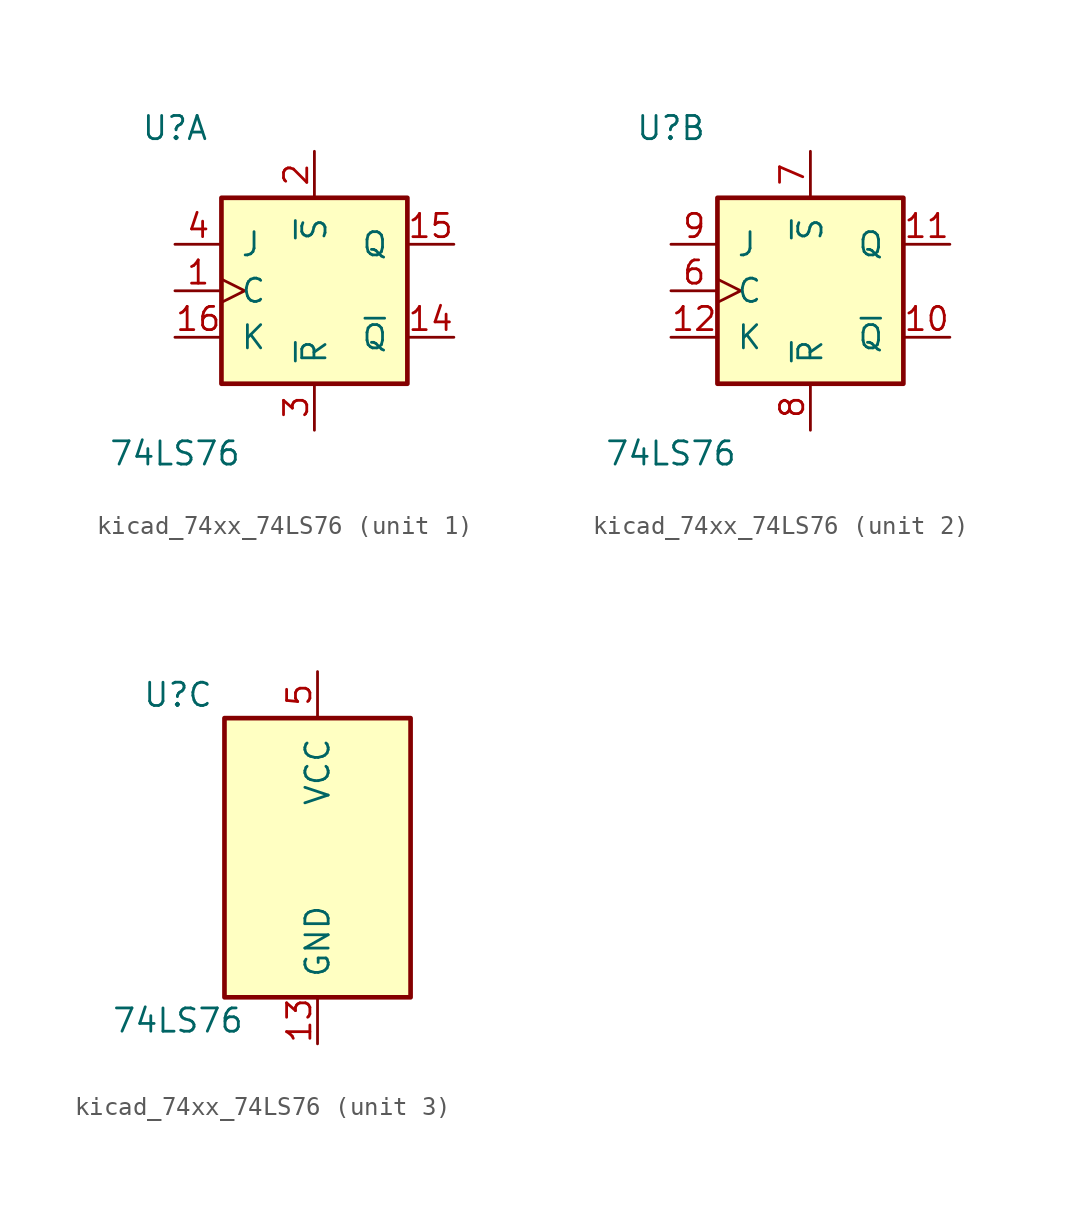
<source format=kicad_sym>
(kicad_symbol_lib
  (version 20220914)
  (generator kicad_symbol_editor)
  (symbol "kicad_74xx_74LS76"
    (pin_names
      (offset 1.016))
    (property "Reference" "U"
      (at -7.62 8.89 0)
      (effects (font (size 1.27 1.27))))
    (property "Value" "74LS76"
      (at -7.62 -8.89 0)
      (effects (font (size 1.27 1.27))))
    (property "ki_locked" ""
      (at 0 0 0)
      (effects (font (size 1.27 1.27))))
    (symbol "kicad_74xx_74LS76_1_0"
      (pin input clock (at -7.62 0 0) (length 2.54) (name "C" (effects (font (size 1.27 1.27)))) (number "1" (effects (font (size 1.27 1.27)))))
      (pin output line (at 7.62 -2.54 180) (length 2.54) (name "~{Q}" (effects (font (size 1.27 1.27)))) (number "14" (effects (font (size 1.27 1.27)))))
      (pin output line (at 7.62 2.54 180) (length 2.54) (name "Q" (effects (font (size 1.27 1.27)))) (number "15" (effects (font (size 1.27 1.27)))))
      (pin input line (at -7.62 -2.54 0) (length 2.54) (name "K" (effects (font (size 1.27 1.27)))) (number "16" (effects (font (size 1.27 1.27)))))
      (pin input line (at 0 7.62 270) (length 2.54) (name "~{S}" (effects (font (size 1.27 1.27)))) (number "2" (effects (font (size 1.27 1.27)))))
      (pin input line (at 0 -7.62 90) (length 2.54) (name "~{R}" (effects (font (size 1.27 1.27)))) (number "3" (effects (font (size 1.27 1.27)))))
      (pin input line (at -7.62 2.54 0) (length 2.54) (name "J" (effects (font (size 1.27 1.27)))) (number "4" (effects (font (size 1.27 1.27))))))
    (symbol "kicad_74xx_74LS76_1_1"
      (rectangle (start -5.08 5.08) (end 5.08 -5.08) (stroke (width 0.254) (type default)) (fill (type background))))
    (symbol "kicad_74xx_74LS76_2_0"
      (pin output line (at 7.62 -2.54 180) (length 2.54) (name "~{Q}" (effects (font (size 1.27 1.27)))) (number "10" (effects (font (size 1.27 1.27)))))
      (pin output line (at 7.62 2.54 180) (length 2.54) (name "Q" (effects (font (size 1.27 1.27)))) (number "11" (effects (font (size 1.27 1.27)))))
      (pin input line (at -7.62 -2.54 0) (length 2.54) (name "K" (effects (font (size 1.27 1.27)))) (number "12" (effects (font (size 1.27 1.27)))))
      (pin input clock (at -7.62 0 0) (length 2.54) (name "C" (effects (font (size 1.27 1.27)))) (number "6" (effects (font (size 1.27 1.27)))))
      (pin input line (at 0 7.62 270) (length 2.54) (name "~{S}" (effects (font (size 1.27 1.27)))) (number "7" (effects (font (size 1.27 1.27)))))
      (pin input line (at 0 -7.62 90) (length 2.54) (name "~{R}" (effects (font (size 1.27 1.27)))) (number "8" (effects (font (size 1.27 1.27)))))
      (pin input line (at -7.62 2.54 0) (length 2.54) (name "J" (effects (font (size 1.27 1.27)))) (number "9" (effects (font (size 1.27 1.27))))))
    (symbol "kicad_74xx_74LS76_2_1"
      (rectangle (start -5.08 5.08) (end 5.08 -5.08) (stroke (width 0.254) (type default)) (fill (type background))))
    (symbol "kicad_74xx_74LS76_3_0"
      (pin power_in line (at 0 -10.16 90) (length 2.54) (name "GND" (effects (font (size 1.27 1.27)))) (number "13" (effects (font (size 1.27 1.27)))))
      (pin power_in line (at 0 10.16 270) (length 2.54) (name "VCC" (effects (font (size 1.27 1.27)))) (number "5" (effects (font (size 1.27 1.27))))))
    (symbol "kicad_74xx_74LS76_3_1"
      (rectangle (start -5.08 7.62) (end 5.08 -7.62) (stroke (width 0.254) (type default)) (fill (type background))))))
</source>
